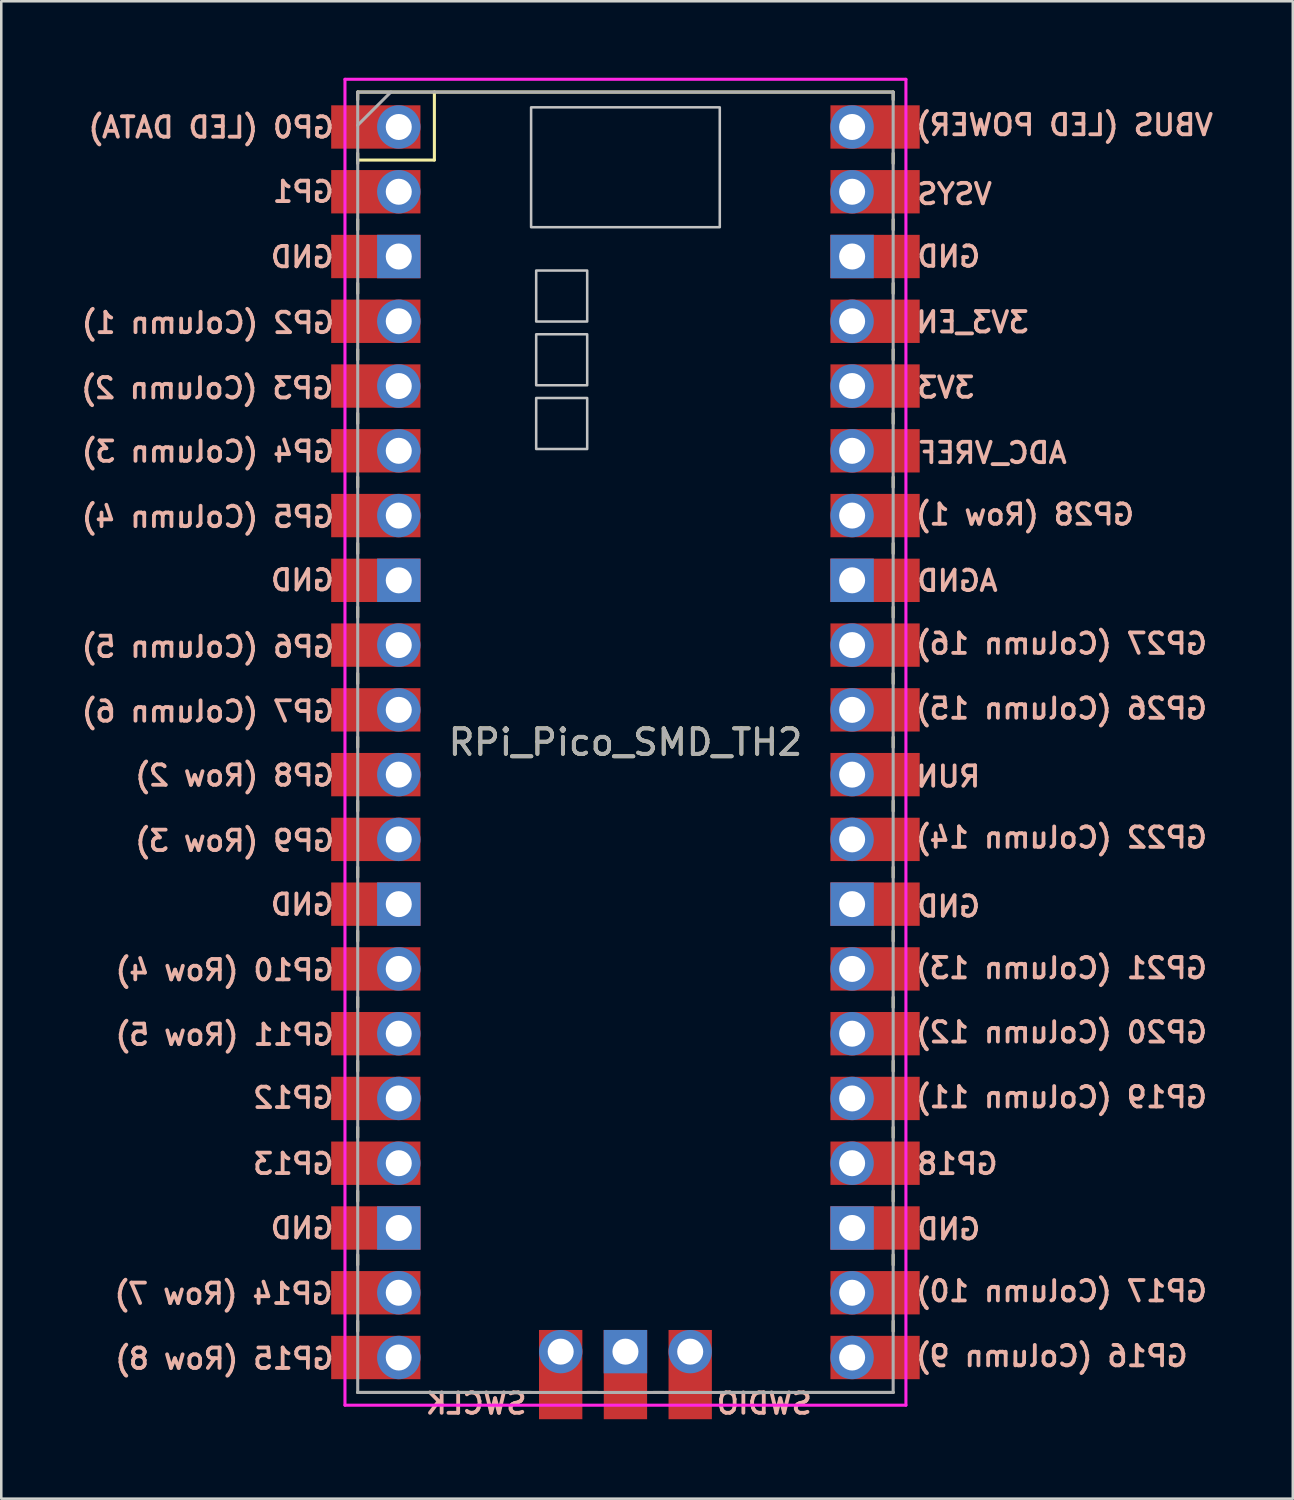
<source format=kicad_pcb>
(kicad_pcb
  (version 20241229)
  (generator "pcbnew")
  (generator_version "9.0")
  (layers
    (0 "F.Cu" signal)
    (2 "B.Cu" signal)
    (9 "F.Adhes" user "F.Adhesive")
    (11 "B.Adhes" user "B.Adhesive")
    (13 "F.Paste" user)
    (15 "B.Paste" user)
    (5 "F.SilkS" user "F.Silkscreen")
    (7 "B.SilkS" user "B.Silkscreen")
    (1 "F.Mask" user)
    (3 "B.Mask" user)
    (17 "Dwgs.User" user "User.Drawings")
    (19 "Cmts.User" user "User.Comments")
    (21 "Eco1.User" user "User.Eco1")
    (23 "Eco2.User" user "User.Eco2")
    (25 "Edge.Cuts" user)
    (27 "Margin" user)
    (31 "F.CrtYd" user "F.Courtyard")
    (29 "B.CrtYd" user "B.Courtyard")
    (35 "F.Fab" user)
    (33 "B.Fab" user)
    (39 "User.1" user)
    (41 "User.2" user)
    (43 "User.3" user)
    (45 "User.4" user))
  (footprint "RPi_Pico_SMD_TH2"
    (layer "F.Cu")
    (at 21.479 26.06)
    (property "Reference" "RPi_Pico_SMD_TH2" (at 0 0 0) (layer "F.SilkS") (effects (font (size 1 1) (thickness 0.15))))
    (attr through_hole)
    (fp_line (start -10.5 20.1) (end -10.5 20.5) (stroke (width 0.12) (type solid)) (layer "F.SilkS"))
    (fp_line (start -10.5 -10.4) (end -10.5 -10) (stroke (width 0.12) (type solid)) (layer "F.SilkS"))
    (fp_line (start -10.5 2.3) (end -10.5 2.7) (stroke (width 0.12) (type solid)) (layer "F.SilkS"))
    (fp_line (start -10.5 -25.5) (end -10.5 -25.2) (stroke (width 0.12) (type solid)) (layer "F.SilkS"))
    (fp_line (start -10.5 -25.5) (end 10.5 -25.5) (stroke (width 0.12) (type solid)) (layer "F.SilkS"))
    (fp_line (start -10.5 -20.5) (end -10.5 -20.1) (stroke (width 0.12) (type solid)) (layer "F.SilkS"))
    (fp_line (start -10.5 -15.4) (end -10.5 -15) (stroke (width 0.12) (type solid)) (layer "F.SilkS"))
    (fp_line (start -10.5 -5.3) (end -10.5 -4.9) (stroke (width 0.12) (type solid)) (layer "F.SilkS"))
    (fp_line (start -10.5 -2.7) (end -10.5 -2.3) (stroke (width 0.12) (type solid)) (layer "F.SilkS"))
    (fp_line (start -10.5 -0.2) (end -10.5 0.2) (stroke (width 0.12) (type solid)) (layer "F.SilkS"))
    (fp_line (start -10.5 7.4) (end -10.5 7.8) (stroke (width 0.12) (type solid)) (layer "F.SilkS"))
    (fp_line (start -10.5 10) (end -10.5 10.4) (stroke (width 0.12) (type solid)) (layer "F.SilkS"))
    (fp_line (start -10.5 15.1) (end -10.5 15.5) (stroke (width 0.12) (type solid)) (layer "F.SilkS"))
    (fp_line (start -10.5 17.6) (end -10.5 18) (stroke (width 0.12) (type solid)) (layer "F.SilkS"))
    (fp_line (start -10.5 22.7) (end -10.5 23.1) (stroke (width 0.12) (type solid)) (layer "F.SilkS"))
    (fp_line (start -10.5 -23.1) (end -10.5 -22.7) (stroke (width 0.12) (type solid)) (layer "F.SilkS"))
    (fp_line (start -10.5 -18) (end -10.5 -17.6) (stroke (width 0.12) (type solid)) (layer "F.SilkS"))
    (fp_line (start -10.5 -12.9) (end -10.5 -12.5) (stroke (width 0.12) (type solid)) (layer "F.SilkS"))
    (fp_line (start -10.5 -7.8) (end -10.5 -7.4) (stroke (width 0.12) (type solid)) (layer "F.SilkS"))
    (fp_line (start -10.5 12.5) (end -10.5 12.9) (stroke (width 0.12) (type solid)) (layer "F.SilkS"))
    (fp_line (start -10.5 -22.833) (end -7.493 -22.833) (stroke (width 0.12) (type solid)) (layer "F.SilkS"))
    (fp_line (start -10.5 4.9) (end -10.5 5.3) (stroke (width 0.12) (type solid)) (layer "F.SilkS"))
    (fp_line (start -7.493 -22.833) (end -7.493 -25.5) (stroke (width 0.12) (type solid)) (layer "F.SilkS"))
    (fp_line (start -3.7 25.5) (end -10.5 25.5) (stroke (width 0.12) (type solid)) (layer "F.SilkS"))
    (fp_line (start -1.5 25.5) (end -1.1 25.5) (stroke (width 0.12) (type solid)) (layer "F.SilkS"))
    (fp_line (start 1.1 25.5) (end 1.5 25.5) (stroke (width 0.12) (type solid)) (layer "F.SilkS"))
    (fp_line (start 10.5 -7.8) (end 10.5 -7.4) (stroke (width 0.12) (type solid)) (layer "F.SilkS"))
    (fp_line (start 10.5 4.9) (end 10.5 5.3) (stroke (width 0.12) (type solid)) (layer "F.SilkS"))
    (fp_line (start 10.5 -23.1) (end 10.5 -22.7) (stroke (width 0.12) (type solid)) (layer "F.SilkS"))
    (fp_line (start 10.5 -15.4) (end 10.5 -15) (stroke (width 0.12) (type solid)) (layer "F.SilkS"))
    (fp_line (start 10.5 -12.9) (end 10.5 -12.5) (stroke (width 0.12) (type solid)) (layer "F.SilkS"))
    (fp_line (start 10.5 2.3) (end 10.5 2.7) (stroke (width 0.12) (type solid)) (layer "F.SilkS"))
    (fp_line (start 10.5 -10.4) (end 10.5 -10) (stroke (width 0.12) (type solid)) (layer "F.SilkS"))
    (fp_line (start 10.5 -2.7) (end 10.5 -2.3) (stroke (width 0.12) (type solid)) (layer "F.SilkS"))
    (fp_line (start 10.5 -0.2) (end 10.5 0.2) (stroke (width 0.12) (type solid)) (layer "F.SilkS"))
    (fp_line (start 10.5 7.4) (end 10.5 7.8) (stroke (width 0.12) (type solid)) (layer "F.SilkS"))
    (fp_line (start 10.5 10) (end 10.5 10.4) (stroke (width 0.12) (type solid)) (layer "F.SilkS"))
    (fp_line (start 10.5 12.5) (end 10.5 12.9) (stroke (width 0.12) (type solid)) (layer "F.SilkS"))
    (fp_line (start 10.5 15.1) (end 10.5 15.5) (stroke (width 0.12) (type solid)) (layer "F.SilkS"))
    (fp_line (start 10.5 20.1) (end 10.5 20.5) (stroke (width 0.12) (type solid)) (layer "F.SilkS"))
    (fp_line (start 10.5 22.7) (end 10.5 23.1) (stroke (width 0.12) (type solid)) (layer "F.SilkS"))
    (fp_line (start 10.5 25.5) (end 3.7 25.5) (stroke (width 0.12) (type solid)) (layer "F.SilkS"))
    (fp_line (start 10.5 -25.5) (end 10.5 -25.2) (stroke (width 0.12) (type solid)) (layer "F.SilkS"))
    (fp_line (start 10.5 -20.5) (end 10.5 -20.1) (stroke (width 0.12) (type solid)) (layer "F.SilkS"))
    (fp_line (start 10.5 -18) (end 10.5 -17.6) (stroke (width 0.12) (type solid)) (layer "F.SilkS"))
    (fp_line (start 10.5 -5.3) (end 10.5 -4.9) (stroke (width 0.12) (type solid)) (layer "F.SilkS"))
    (fp_line (start 10.5 17.6) (end 10.5 18) (stroke (width 0.12) (type solid)) (layer "F.SilkS"))
    (fp_poly (pts (xy -1.5 -11.5) (xy -3.5 -11.5) (xy -3.5 -13.5) (xy -1.5 -13.5)) (stroke (width 0.1) (type solid)) (fill no) (layer "Dwgs.User"))
    (fp_poly (pts (xy -1.5 -16.5) (xy -3.5 -16.5) (xy -3.5 -18.5) (xy -1.5 -18.5)) (stroke (width 0.1) (type solid)) (fill no) (layer "Dwgs.User"))
    (fp_poly (pts (xy -1.5 -14) (xy -3.5 -14) (xy -3.5 -16) (xy -1.5 -16)) (stroke (width 0.1) (type solid)) (fill no) (layer "Dwgs.User"))
    (fp_poly (pts (xy 3.7 -20.2) (xy -3.7 -20.2) (xy -3.7 -24.9) (xy 3.7 -24.9)) (stroke (width 0.1) (type solid)) (fill no) (layer "Dwgs.User"))
    (fp_line (start -11 -26) (end 11 -26) (stroke (width 0.12) (type solid)) (layer "F.CrtYd"))
    (fp_line (start -11 26) (end -11 -26) (stroke (width 0.12) (type solid)) (layer "F.CrtYd"))
    (fp_line (start 11 -26) (end 11 26) (stroke (width 0.12) (type solid)) (layer "F.CrtYd"))
    (fp_line (start 11 26) (end -11 26) (stroke (width 0.12) (type solid)) (layer "F.CrtYd"))
    (fp_line (start -10.5 25.5) (end -10.5 -25.5) (stroke (width 0.12) (type solid)) (layer "F.Fab"))
    (fp_line (start -10.5 -25.5) (end 10.5 -25.5) (stroke (width 0.12) (type solid)) (layer "F.Fab"))
    (fp_line (start -10.5 -24.2) (end -9.2 -25.5) (stroke (width 0.12) (type solid)) (layer "F.Fab"))
    (fp_line (start 10.5 25.5) (end -10.5 25.5) (stroke (width 0.12) (type solid)) (layer "F.Fab"))
    (fp_line (start 10.5 -25.5) (end 10.5 25.5) (stroke (width 0.12) (type solid)) (layer "F.Fab"))
    (fp_text user "GP3 (Column 2)" (at -16.401 -13.886 0) (layer "B.SilkS") (effects (font (size 0.8 0.8) (thickness 0.15)) (justify mirror)))
    (fp_text user "GP5 (Column 4)" (at -16.377 -8.838 0) (layer "B.SilkS") (effects (font (size 0.8 0.8) (thickness 0.15)) (justify mirror)))
    (fp_text user "GP13" (at -13.025 16.533 0) (layer "B.SilkS") (effects (font (size 0.8 0.8) (thickness 0.15)) (justify mirror)))
    (fp_text user "GND" (at -12.676 6.369 0) (layer "B.SilkS") (effects (font (size 0.8 0.8) (thickness 0.15)) (justify mirror)))
    (fp_text user "3V3" (at 12.568 -13.912 0) (layer "B.SilkS") (effects (font (size 0.8 0.8) (thickness 0.15)) (justify mirror)))
    (fp_text user "GP19 (Column 11)" (at 17.101 13.922 0) (layer "B.SilkS") (effects (font (size 0.8 0.8) (thickness 0.15)) (justify mirror)))
    (fp_text user "GP26 (Column 15)" (at 17.101 -1.322 0) (layer "B.SilkS") (effects (font (size 0.8 0.8) (thickness 0.15)) (justify mirror)))
    (fp_text user "GND" (at 12.682 -19.048 0) (layer "B.SilkS") (effects (font (size 0.8 0.8) (thickness 0.15)) (justify mirror)))
    (fp_text user "GP0 (LED DATA)" (at -16.248 -24.112 0) (layer "B.SilkS") (effects (font (size 0.8 0.8) (thickness 0.15)) (justify mirror)))
    (fp_text user "GP21 (Column 13)" (at 17.101 8.86 0) (layer "B.SilkS") (effects (font (size 0.8 0.8) (thickness 0.15)) (justify mirror)))
    (fp_text user "GP27 (Column 16)" (at 17.101 -3.868 0) (layer "B.SilkS") (effects (font (size 0.8 0.8) (thickness 0.15)) (justify mirror)))
    (fp_text user "GP6 (Column 5)" (at -16.377 -3.742 0) (layer "B.SilkS") (effects (font (size 0.8 0.8) (thickness 0.15)) (justify mirror)))
    (fp_text user "GND" (at -12.682 19.056 0) (layer "B.SilkS") (effects (font (size 0.8 0.8) (thickness 0.15)) (justify mirror)))
    (fp_text user "GP18" (at 13.02 16.537 0) (layer "B.SilkS") (effects (font (size 0.8 0.8) (thickness 0.15)) (justify mirror)))
    (fp_text user "GP12" (at -13.025 13.944 0) (layer "B.SilkS") (effects (font (size 0.8 0.8) (thickness 0.15)) (justify mirror)))
    (fp_text user "GND" (at -12.676 -19.029 0) (layer "B.SilkS") (effects (font (size 0.8 0.8) (thickness 0.15)) (justify mirror)))
    (fp_text user "GP8 (Row 2)" (at -15.328 1.305 0) (layer "B.SilkS") (effects (font (size 0.8 0.8) (thickness 0.15)) (justify mirror)))
    (fp_text user "VSYS" (at 12.909 -21.501 0) (layer "B.SilkS") (effects (font (size 0.8 0.8) (thickness 0.15)) (justify mirror)))
    (fp_text user "GP16 (Column 9)" (at 16.721 24.074 0) (layer "B.SilkS") (effects (font (size 0.8 0.8) (thickness 0.15)) (justify mirror)))
    (fp_text user "GP28 (Row 1)" (at 15.668 -8.93 0) (layer "B.SilkS") (effects (font (size 0.8 0.8) (thickness 0.15)) (justify mirror)))
    (fp_text user "VBUS (LED POWER)" (at 17.218 -24.207 0) (layer "B.SilkS") (effects (font (size 0.8 0.8) (thickness 0.15)) (justify mirror)))
    (fp_text user "SWDIO" (at 5.444 25.936 0) (layer "B.SilkS") (effects (font (size 0.8 0.8) (thickness 0.15)) (justify mirror)))
    (fp_text user "GND" (at -12.67 -6.355 0) (layer "B.SilkS") (effects (font (size 0.8 0.8) (thickness 0.15)) (justify mirror)))
    (fp_text user "ADC_VREF" (at 14.397 -11.346 0) (layer "B.SilkS") (effects (font (size 0.8 0.8) (thickness 0.15)) (justify mirror)))
    (fp_text user "GP9 (Row 3)" (at -15.328 3.865 0) (layer "B.SilkS") (effects (font (size 0.8 0.8) (thickness 0.15)) (justify mirror)))
    (fp_text user "GND" (at 12.677 6.44 0) (layer "B.SilkS") (effects (font (size 0.8 0.8) (thickness 0.15)) (justify mirror)))
    (fp_text user "GP7 (Column 6)" (at -16.377 -1.207 0) (layer "B.SilkS") (effects (font (size 0.8 0.8) (thickness 0.15)) (justify mirror)))
    (fp_text user "RUN" (at 12.661 1.344 0) (layer "B.SilkS") (effects (font (size 0.8 0.8) (thickness 0.15)) (justify mirror)))
    (fp_text user "GP20 (Column 12)" (at 17.101 11.376 0) (layer "B.SilkS") (effects (font (size 0.8 0.8) (thickness 0.15)) (justify mirror)))
    (fp_text user "SWCLK" (at -5.856 25.936 0) (layer "B.SilkS") (effects (font (size 0.8 0.8) (thickness 0.15)) (justify mirror)))
    (fp_text user "GP14 (Row 7)" (at -15.758 21.63 0) (layer "B.SilkS") (effects (font (size 0.8 0.8) (thickness 0.15)) (justify mirror)))
    (fp_text user "GP11 (Row 5)" (at -15.719 11.472 0) (layer "B.SilkS") (effects (font (size 0.8 0.8) (thickness 0.15)) (justify mirror)))
    (fp_text user "3V3_EN" (at 13.613 -16.473 0) (layer "B.SilkS") (effects (font (size 0.8 0.8) (thickness 0.15)) (justify mirror)))
    (fp_text user "GP17 (Column 10)" (at 17.101 21.529 0) (layer "B.SilkS") (effects (font (size 0.8 0.8) (thickness 0.15)) (justify mirror)))
    (fp_text user "GP10 (Row 4)" (at -15.719 8.937 0) (layer "B.SilkS") (effects (font (size 0.8 0.8) (thickness 0.15)) (justify mirror)))
    (fp_text user "AGND" (at 13.02 -6.331 0) (layer "B.SilkS") (effects (font (size 0.8 0.8) (thickness 0.15)) (justify mirror)))
    (fp_text user "GP15 (Row 8)" (at -15.729 24.176 0) (layer "B.SilkS") (effects (font (size 0.8 0.8) (thickness 0.15)) (justify mirror)))
    (fp_text user "GP4 (Column 3)" (at -16.377 -11.399 0) (layer "B.SilkS") (effects (font (size 0.8 0.8) (thickness 0.15)) (justify mirror)))
    (fp_text user "GP22 (Column 14)" (at 17.101 3.739 0) (layer "B.SilkS") (effects (font (size 0.8 0.8) (thickness 0.15)) (justify mirror)))
    (fp_text user "GP1" (at -12.636 -21.587 0) (layer "B.SilkS") (effects (font (size 0.8 0.8) (thickness 0.15)) (justify mirror)))
    (fp_text user "GND" (at 12.685 19.099 0) (layer "B.SilkS") (effects (font (size 0.8 0.8) (thickness 0.15)) (justify mirror)))
    (fp_text user "GP2 (Column 1)" (at -16.377 -16.446 0) (layer "B.SilkS") (effects (font (size 0.8 0.8) (thickness 0.15)) (justify mirror)))
    (fp_text user "${REFERENCE}" (at 0 0 0) (layer "F.Fab") (effects (font (size 1 1) (thickness 0.15))))
    (pad "1" thru_hole oval (at -8.89 -24.13) (size 1.7 1.7) (drill 1.02) (layers "*.Cu" "*.Mask"))
    (pad "1" smd rect (at -8.89 -24.13) (size 3.5 1.7) (drill (offset -0.9 0)) (layers "F.Cu" "F.Mask"))
    (pad "2" thru_hole oval (at -8.89 -21.59) (size 1.7 1.7) (drill 1.02) (layers "*.Cu" "*.Mask"))
    (pad "2" smd rect (at -8.89 -21.59) (size 3.5 1.7) (drill (offset -0.9 0)) (layers "F.Cu" "F.Mask"))
    (pad "3" thru_hole rect (at -8.89 -19.05) (size 1.7 1.7) (drill 1.02) (layers "*.Cu" "*.Mask"))
    (pad "3" smd rect (at -8.89 -19.05) (size 3.5 1.7) (drill (offset -0.9 0)) (layers "F.Cu" "F.Mask"))
    (pad "4" thru_hole oval (at -8.89 -16.51) (size 1.7 1.7) (drill 1.02) (layers "*.Cu" "*.Mask"))
    (pad "4" smd rect (at -8.89 -16.51) (size 3.5 1.7) (drill (offset -0.9 0)) (layers "F.Cu" "F.Mask"))
    (pad "5" thru_hole oval (at -8.89 -13.97) (size 1.7 1.7) (drill 1.02) (layers "*.Cu" "*.Mask"))
    (pad "5" smd rect (at -8.89 -13.97) (size 3.5 1.7) (drill (offset -0.9 0)) (layers "F.Cu" "F.Mask"))
    (pad "6" thru_hole oval (at -8.89 -11.43) (size 1.7 1.7) (drill 1.02) (layers "*.Cu" "*.Mask"))
    (pad "6" smd rect (at -8.89 -11.43) (size 3.5 1.7) (drill (offset -0.9 0)) (layers "F.Cu" "F.Mask"))
    (pad "7" thru_hole oval (at -8.89 -8.89) (size 1.7 1.7) (drill 1.02) (layers "*.Cu" "*.Mask"))
    (pad "7" smd rect (at -8.89 -8.89) (size 3.5 1.7) (drill (offset -0.9 0)) (layers "F.Cu" "F.Mask"))
    (pad "8" thru_hole rect (at -8.89 -6.35) (size 1.7 1.7) (drill 1.02) (layers "*.Cu" "*.Mask"))
    (pad "8" smd rect (at -8.89 -6.35) (size 3.5 1.7) (drill (offset -0.9 0)) (layers "F.Cu" "F.Mask"))
    (pad "9" thru_hole oval (at -8.89 -3.81) (size 1.7 1.7) (drill 1.02) (layers "*.Cu" "*.Mask"))
    (pad "9" smd rect (at -8.89 -3.81) (size 3.5 1.7) (drill (offset -0.9 0)) (layers "F.Cu" "F.Mask"))
    (pad "10" thru_hole oval (at -8.89 -1.27) (size 1.7 1.7) (drill 1.02) (layers "*.Cu" "*.Mask"))
    (pad "10" smd rect (at -8.89 -1.27) (size 3.5 1.7) (drill (offset -0.9 0)) (layers "F.Cu" "F.Mask"))
    (pad "11" thru_hole oval (at -8.89 1.27) (size 1.7 1.7) (drill 1.02) (layers "*.Cu" "*.Mask"))
    (pad "11" smd rect (at -8.89 1.27) (size 3.5 1.7) (drill (offset -0.9 0)) (layers "F.Cu" "F.Mask"))
    (pad "12" thru_hole oval (at -8.89 3.81) (size 1.7 1.7) (drill 1.02) (layers "*.Cu" "*.Mask"))
    (pad "12" smd rect (at -8.89 3.81) (size 3.5 1.7) (drill (offset -0.9 0)) (layers "F.Cu" "F.Mask"))
    (pad "13" thru_hole rect (at -8.89 6.35) (size 1.7 1.7) (drill 1.02) (layers "*.Cu" "*.Mask"))
    (pad "13" smd rect (at -8.89 6.35) (size 3.5 1.7) (drill (offset -0.9 0)) (layers "F.Cu" "F.Mask"))
    (pad "14" thru_hole oval (at -8.89 8.89) (size 1.7 1.7) (drill 1.02) (layers "*.Cu" "*.Mask"))
    (pad "14" smd rect (at -8.89 8.89) (size 3.5 1.7) (drill (offset -0.9 0)) (layers "F.Cu" "F.Mask"))
    (pad "15" thru_hole oval (at -8.89 11.43) (size 1.7 1.7) (drill 1.02) (layers "*.Cu" "*.Mask"))
    (pad "15" smd rect (at -8.89 11.43) (size 3.5 1.7) (drill (offset -0.9 0)) (layers "F.Cu" "F.Mask"))
    (pad "16" thru_hole oval (at -8.89 13.97) (size 1.7 1.7) (drill 1.02) (layers "*.Cu" "*.Mask"))
    (pad "16" smd rect (at -8.89 13.97) (size 3.5 1.7) (drill (offset -0.9 0)) (layers "F.Cu" "F.Mask"))
    (pad "17" thru_hole oval (at -8.89 16.51) (size 1.7 1.7) (drill 1.02) (layers "*.Cu" "*.Mask"))
    (pad "17" smd rect (at -8.89 16.51) (size 3.5 1.7) (drill (offset -0.9 0)) (layers "F.Cu" "F.Mask"))
    (pad "18" thru_hole rect (at -8.89 19.05) (size 1.7 1.7) (drill 1.02) (layers "*.Cu" "*.Mask"))
    (pad "18" smd rect (at -8.89 19.05) (size 3.5 1.7) (drill (offset -0.9 0)) (layers "F.Cu" "F.Mask"))
    (pad "19" thru_hole oval (at -8.89 21.59) (size 1.7 1.7) (drill 1.02) (layers "*.Cu" "*.Mask"))
    (pad "19" smd rect (at -8.89 21.59) (size 3.5 1.7) (drill (offset -0.9 0)) (layers "F.Cu" "F.Mask"))
    (pad "20" thru_hole oval (at -8.89 24.13) (size 1.7 1.7) (drill 1.02) (layers "*.Cu" "*.Mask"))
    (pad "20" smd rect (at -8.89 24.13) (size 3.5 1.7) (drill (offset -0.9 0)) (layers "F.Cu" "F.Mask"))
    (pad "21" thru_hole oval (at 8.89 24.13) (size 1.7 1.7) (drill 1.02) (layers "*.Cu" "*.Mask"))
    (pad "21" smd rect (at 8.89 24.13) (size 3.5 1.7) (drill (offset 0.9 0)) (layers "F.Cu" "F.Mask"))
    (pad "22" thru_hole oval (at 8.89 21.59) (size 1.7 1.7) (drill 1.02) (layers "*.Cu" "*.Mask"))
    (pad "22" smd rect (at 8.89 21.59) (size 3.5 1.7) (drill (offset 0.9 0)) (layers "F.Cu" "F.Mask"))
    (pad "23" thru_hole rect (at 8.89 19.05) (size 1.7 1.7) (drill 1.02) (layers "*.Cu" "*.Mask"))
    (pad "23" smd rect (at 8.89 19.05) (size 3.5 1.7) (drill (offset 0.9 0)) (layers "F.Cu" "F.Mask"))
    (pad "24" thru_hole oval (at 8.89 16.51) (size 1.7 1.7) (drill 1.02) (layers "*.Cu" "*.Mask"))
    (pad "24" smd rect (at 8.89 16.51) (size 3.5 1.7) (drill (offset 0.9 0)) (layers "F.Cu" "F.Mask"))
    (pad "25" thru_hole oval (at 8.89 13.97) (size 1.7 1.7) (drill 1.02) (layers "*.Cu" "*.Mask"))
    (pad "25" smd rect (at 8.89 13.97) (size 3.5 1.7) (drill (offset 0.9 0)) (layers "F.Cu" "F.Mask"))
    (pad "26" thru_hole oval (at 8.89 11.43) (size 1.7 1.7) (drill 1.02) (layers "*.Cu" "*.Mask"))
    (pad "26" smd rect (at 8.89 11.43) (size 3.5 1.7) (drill (offset 0.9 0)) (layers "F.Cu" "F.Mask"))
    (pad "27" thru_hole oval (at 8.89 8.89) (size 1.7 1.7) (drill 1.02) (layers "*.Cu" "*.Mask"))
    (pad "27" smd rect (at 8.89 8.89) (size 3.5 1.7) (drill (offset 0.9 0)) (layers "F.Cu" "F.Mask"))
    (pad "28" thru_hole rect (at 8.89 6.35) (size 1.7 1.7) (drill 1.02) (layers "*.Cu" "*.Mask"))
    (pad "28" smd rect (at 8.89 6.35) (size 3.5 1.7) (drill (offset 0.9 0)) (layers "F.Cu" "F.Mask"))
    (pad "29" thru_hole oval (at 8.89 3.81) (size 1.7 1.7) (drill 1.02) (layers "*.Cu" "*.Mask"))
    (pad "29" smd rect (at 8.89 3.81) (size 3.5 1.7) (drill (offset 0.9 0)) (layers "F.Cu" "F.Mask"))
    (pad "30" thru_hole oval (at 8.89 1.27) (size 1.7 1.7) (drill 1.02) (layers "*.Cu" "*.Mask"))
    (pad "30" smd rect (at 8.89 1.27) (size 3.5 1.7) (drill (offset 0.9 0)) (layers "F.Cu" "F.Mask"))
    (pad "31" thru_hole oval (at 8.89 -1.27) (size 1.7 1.7) (drill 1.02) (layers "*.Cu" "*.Mask"))
    (pad "31" smd rect (at 8.89 -1.27) (size 3.5 1.7) (drill (offset 0.9 0)) (layers "F.Cu" "F.Mask"))
    (pad "32" thru_hole oval (at 8.89 -3.81) (size 1.7 1.7) (drill 1.02) (layers "*.Cu" "*.Mask"))
    (pad "32" smd rect (at 8.89 -3.81) (size 3.5 1.7) (drill (offset 0.9 0)) (layers "F.Cu" "F.Mask"))
    (pad "33" thru_hole rect (at 8.89 -6.35) (size 1.7 1.7) (drill 1.02) (layers "*.Cu" "*.Mask"))
    (pad "33" smd rect (at 8.89 -6.35) (size 3.5 1.7) (drill (offset 0.9 0)) (layers "F.Cu" "F.Mask"))
    (pad "34" thru_hole oval (at 8.89 -8.89) (size 1.7 1.7) (drill 1.02) (layers "*.Cu" "*.Mask"))
    (pad "34" smd rect (at 8.89 -8.89) (size 3.5 1.7) (drill (offset 0.9 0)) (layers "F.Cu" "F.Mask"))
    (pad "35" thru_hole oval (at 8.89 -11.43) (size 1.7 1.7) (drill 1.02) (layers "*.Cu" "*.Mask"))
    (pad "35" smd rect (at 8.89 -11.43) (size 3.5 1.7) (drill (offset 0.9 0)) (layers "F.Cu" "F.Mask"))
    (pad "36" thru_hole oval (at 8.89 -13.97) (size 1.7 1.7) (drill 1.02) (layers "*.Cu" "*.Mask"))
    (pad "36" smd rect (at 8.89 -13.97) (size 3.5 1.7) (drill (offset 0.9 0)) (layers "F.Cu" "F.Mask"))
    (pad "37" thru_hole oval (at 8.89 -16.51) (size 1.7 1.7) (drill 1.02) (layers "*.Cu" "*.Mask"))
    (pad "37" smd rect (at 8.89 -16.51) (size 3.5 1.7) (drill (offset 0.9 0)) (layers "F.Cu" "F.Mask"))
    (pad "38" thru_hole rect (at 8.89 -19.05) (size 1.7 1.7) (drill 1.02) (layers "*.Cu" "*.Mask"))
    (pad "38" smd rect (at 8.89 -19.05) (size 3.5 1.7) (drill (offset 0.9 0)) (layers "F.Cu" "F.Mask"))
    (pad "39" thru_hole oval (at 8.89 -21.59) (size 1.7 1.7) (drill 1.02) (layers "*.Cu" "*.Mask"))
    (pad "39" smd rect (at 8.89 -21.59) (size 3.5 1.7) (drill (offset 0.9 0)) (layers "F.Cu" "F.Mask"))
    (pad "40" thru_hole oval (at 8.89 -24.13) (size 1.7 1.7) (drill 1.02) (layers "*.Cu" "*.Mask"))
    (pad "40" smd rect (at 8.89 -24.13) (size 3.5 1.7) (drill (offset 0.9 0)) (layers "F.Cu" "F.Mask"))
    (pad "41" thru_hole oval (at -2.54 23.9) (size 1.7 1.7) (drill 1.02) (layers "*.Cu" "*.Mask"))
    (pad "41" smd rect (at -2.54 23.9 90) (size 3.5 1.7) (drill (offset -0.9 0)) (layers "F.Cu" "F.Mask"))
    (pad "42" thru_hole rect (at 0 23.9) (size 1.7 1.7) (drill 1.02) (layers "*.Cu" "*.Mask"))
    (pad "42" smd rect (at 0 23.9 90) (size 3.5 1.7) (drill (offset -0.9 0)) (layers "F.Cu" "F.Mask"))
    (pad "43" thru_hole oval (at 2.54 23.9) (size 1.7 1.7) (drill 1.02) (layers "*.Cu" "*.Mask"))
    (pad "43" smd rect (at 2.54 23.9 90) (size 3.5 1.7) (drill (offset -0.9 0)) (layers "F.Cu" "F.Mask")))
  (gr_rect
    (start -3 -3)
    (end 47.652 55.727)
    (stroke (width 0.1) (type default))
    (fill no)
    (layer "Edge.Cuts")))
</source>
